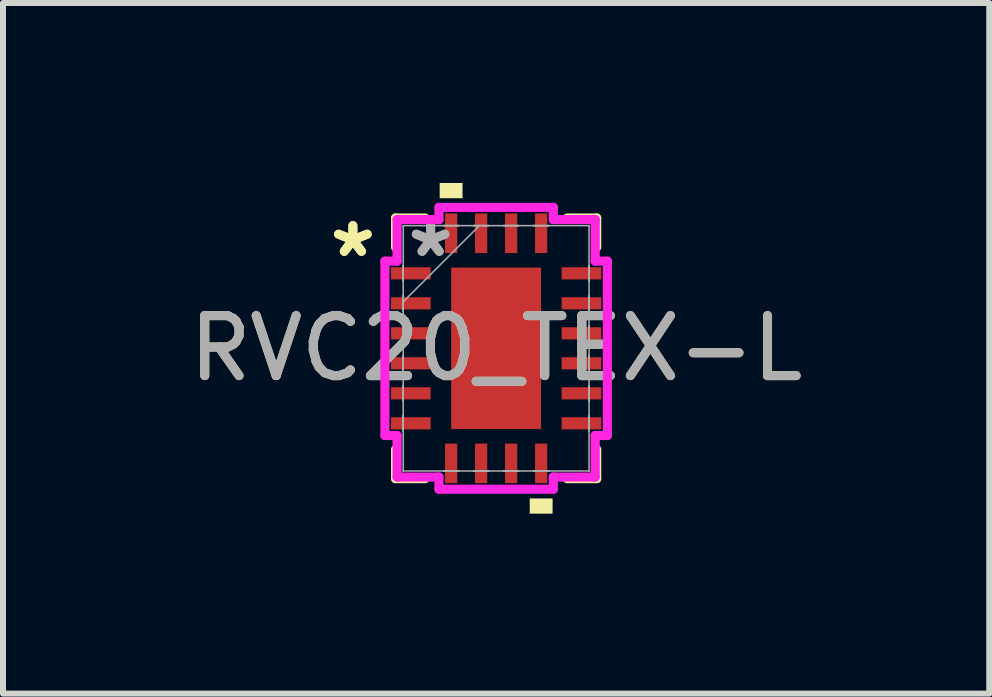
<source format=kicad_pcb>
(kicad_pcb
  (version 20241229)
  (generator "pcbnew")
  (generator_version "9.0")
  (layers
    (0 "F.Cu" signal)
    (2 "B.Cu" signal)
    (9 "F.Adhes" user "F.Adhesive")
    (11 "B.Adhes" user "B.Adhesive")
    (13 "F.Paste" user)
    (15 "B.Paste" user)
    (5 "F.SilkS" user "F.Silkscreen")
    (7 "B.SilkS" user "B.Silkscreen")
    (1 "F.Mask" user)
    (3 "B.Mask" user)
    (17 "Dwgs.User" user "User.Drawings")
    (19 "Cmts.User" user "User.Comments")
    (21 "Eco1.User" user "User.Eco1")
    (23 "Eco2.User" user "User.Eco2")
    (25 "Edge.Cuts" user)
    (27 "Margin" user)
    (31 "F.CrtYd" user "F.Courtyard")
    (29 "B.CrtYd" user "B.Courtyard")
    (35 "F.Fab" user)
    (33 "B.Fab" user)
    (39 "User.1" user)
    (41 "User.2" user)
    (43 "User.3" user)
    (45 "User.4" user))
  (footprint "RVC20_TEX-L"
    (layer "F.Cu")
    (at 5.22 2.756)
    (property "Reference" "RVC20_TEX-L" (at 0 0 0) (unlocked yes) (layer "F.SilkS") (effects (font (size 1 1) (thickness 0.15))))
    (attr smd)
    (fp_line (start -1.676 -2.172) (end -1.676 -1.684) (stroke (width 0.152) (type solid)) (layer "F.SilkS"))
    (fp_line (start -1.676 1.684) (end -1.676 2.172) (stroke (width 0.152) (type solid)) (layer "F.SilkS"))
    (fp_line (start -1.676 2.172) (end -1.184 2.172) (stroke (width 0.152) (type solid)) (layer "F.SilkS"))
    (fp_line (start -1.184 -2.172) (end -1.676 -2.172) (stroke (width 0.152) (type solid)) (layer "F.SilkS"))
    (fp_line (start 1.184 2.172) (end 1.676 2.172) (stroke (width 0.152) (type solid)) (layer "F.SilkS"))
    (fp_line (start 1.676 -2.172) (end 1.184 -2.172) (stroke (width 0.152) (type solid)) (layer "F.SilkS"))
    (fp_line (start 1.676 -1.684) (end 1.676 -2.172) (stroke (width 0.152) (type solid)) (layer "F.SilkS"))
    (fp_line (start 1.676 2.172) (end 1.676 1.684) (stroke (width 0.152) (type solid)) (layer "F.SilkS"))
    (fp_poly (pts (xy -0.941 -2.502) (xy -0.941 -2.756) (xy -0.56 -2.756) (xy -0.56 -2.502)) (stroke (width 0) (type solid)) (fill yes) (layer "F.SilkS"))
    (fp_poly (pts (xy 0.56 2.502) (xy 0.56 2.756) (xy 0.941 2.756) (xy 0.941 2.502)) (stroke (width 0) (type solid)) (fill yes) (layer "F.SilkS"))
    (fp_poly (pts (xy -0.649 -1.246) (xy -0.649 -0.1) (xy 0.649 -0.1) (xy 0.649 -1.246)) (stroke (width 0) (type solid)) (fill yes) (layer "F.Paste"))
    (fp_poly (pts (xy -0.649 0.1) (xy -0.649 1.246) (xy 0.649 1.246) (xy 0.649 0.1)) (stroke (width 0) (type solid)) (fill yes) (layer "F.Paste"))
    (fp_line (start -1.854 -1.453) (end -1.651 -1.453) (stroke (width 0.152) (type solid)) (layer "F.CrtYd"))
    (fp_line (start -1.854 1.453) (end -1.854 -1.453) (stroke (width 0.152) (type solid)) (layer "F.CrtYd"))
    (fp_line (start -1.651 -2.146) (end -0.953 -2.146) (stroke (width 0.152) (type solid)) (layer "F.CrtYd"))
    (fp_line (start -1.651 -1.453) (end -1.651 -2.146) (stroke (width 0.152) (type solid)) (layer "F.CrtYd"))
    (fp_line (start -1.651 1.453) (end -1.854 1.453) (stroke (width 0.152) (type solid)) (layer "F.CrtYd"))
    (fp_line (start -1.651 2.146) (end -1.651 1.453) (stroke (width 0.152) (type solid)) (layer "F.CrtYd"))
    (fp_line (start -0.953 -2.349) (end 0.953 -2.349) (stroke (width 0.152) (type solid)) (layer "F.CrtYd"))
    (fp_line (start -0.953 -2.146) (end -0.953 -2.349) (stroke (width 0.152) (type solid)) (layer "F.CrtYd"))
    (fp_line (start -0.953 2.146) (end -1.651 2.146) (stroke (width 0.152) (type solid)) (layer "F.CrtYd"))
    (fp_line (start -0.953 2.349) (end -0.953 2.146) (stroke (width 0.152) (type solid)) (layer "F.CrtYd"))
    (fp_line (start 0.953 -2.349) (end 0.953 -2.146) (stroke (width 0.152) (type solid)) (layer "F.CrtYd"))
    (fp_line (start 0.953 -2.146) (end 1.651 -2.146) (stroke (width 0.152) (type solid)) (layer "F.CrtYd"))
    (fp_line (start 0.953 2.146) (end 0.953 2.349) (stroke (width 0.152) (type solid)) (layer "F.CrtYd"))
    (fp_line (start 0.953 2.349) (end -0.953 2.349) (stroke (width 0.152) (type solid)) (layer "F.CrtYd"))
    (fp_line (start 1.651 -2.146) (end 1.651 -1.453) (stroke (width 0.152) (type solid)) (layer "F.CrtYd"))
    (fp_line (start 1.651 -1.453) (end 1.854 -1.453) (stroke (width 0.152) (type solid)) (layer "F.CrtYd"))
    (fp_line (start 1.651 1.453) (end 1.651 2.146) (stroke (width 0.152) (type solid)) (layer "F.CrtYd"))
    (fp_line (start 1.651 2.146) (end 0.953 2.146) (stroke (width 0.152) (type solid)) (layer "F.CrtYd"))
    (fp_line (start 1.854 -1.453) (end 1.854 1.453) (stroke (width 0.152) (type solid)) (layer "F.CrtYd"))
    (fp_line (start 1.854 1.453) (end 1.651 1.453) (stroke (width 0.152) (type solid)) (layer "F.CrtYd"))
    (fp_line (start -1.549 -2.045) (end -1.549 -2.045) (stroke (width 0.025) (type solid)) (layer "F.Fab"))
    (fp_line (start -1.549 -2.045) (end -1.549 2.045) (stroke (width 0.025) (type solid)) (layer "F.Fab"))
    (fp_line (start -1.549 -1.377) (end -1.549 -1.377) (stroke (width 0.025) (type solid)) (layer "F.Fab"))
    (fp_line (start -1.549 -1.377) (end -1.549 -1.123) (stroke (width 0.025) (type solid)) (layer "F.Fab"))
    (fp_line (start -1.549 -1.123) (end -1.549 -1.377) (stroke (width 0.025) (type solid)) (layer "F.Fab"))
    (fp_line (start -1.549 -1.123) (end -1.549 -1.123) (stroke (width 0.025) (type solid)) (layer "F.Fab"))
    (fp_line (start -1.549 -0.877) (end -1.549 -0.877) (stroke (width 0.025) (type solid)) (layer "F.Fab"))
    (fp_line (start -1.549 -0.877) (end -1.549 -0.623) (stroke (width 0.025) (type solid)) (layer "F.Fab"))
    (fp_line (start -1.549 -0.775) (end -0.279 -2.045) (stroke (width 0.025) (type solid)) (layer "F.Fab"))
    (fp_line (start -1.549 -0.623) (end -1.549 -0.877) (stroke (width 0.025) (type solid)) (layer "F.Fab"))
    (fp_line (start -1.549 -0.623) (end -1.549 -0.623) (stroke (width 0.025) (type solid)) (layer "F.Fab"))
    (fp_line (start -1.549 -0.377) (end -1.549 -0.377) (stroke (width 0.025) (type solid)) (layer "F.Fab"))
    (fp_line (start -1.549 -0.377) (end -1.549 -0.123) (stroke (width 0.025) (type solid)) (layer "F.Fab"))
    (fp_line (start -1.549 -0.123) (end -1.549 -0.377) (stroke (width 0.025) (type solid)) (layer "F.Fab"))
    (fp_line (start -1.549 -0.123) (end -1.549 -0.123) (stroke (width 0.025) (type solid)) (layer "F.Fab"))
    (fp_line (start -1.549 0.123) (end -1.549 0.123) (stroke (width 0.025) (type solid)) (layer "F.Fab"))
    (fp_line (start -1.549 0.123) (end -1.549 0.377) (stroke (width 0.025) (type solid)) (layer "F.Fab"))
    (fp_line (start -1.549 0.377) (end -1.549 0.123) (stroke (width 0.025) (type solid)) (layer "F.Fab"))
    (fp_line (start -1.549 0.377) (end -1.549 0.377) (stroke (width 0.025) (type solid)) (layer "F.Fab"))
    (fp_line (start -1.549 0.623) (end -1.549 0.623) (stroke (width 0.025) (type solid)) (layer "F.Fab"))
    (fp_line (start -1.549 0.623) (end -1.549 0.877) (stroke (width 0.025) (type solid)) (layer "F.Fab"))
    (fp_line (start -1.549 0.877) (end -1.549 0.623) (stroke (width 0.025) (type solid)) (layer "F.Fab"))
    (fp_line (start -1.549 0.877) (end -1.549 0.877) (stroke (width 0.025) (type solid)) (layer "F.Fab"))
    (fp_line (start -1.549 1.123) (end -1.549 1.123) (stroke (width 0.025) (type solid)) (layer "F.Fab"))
    (fp_line (start -1.549 1.123) (end -1.549 1.377) (stroke (width 0.025) (type solid)) (layer "F.Fab"))
    (fp_line (start -1.549 1.377) (end -1.549 1.123) (stroke (width 0.025) (type solid)) (layer "F.Fab"))
    (fp_line (start -1.549 1.377) (end -1.549 1.377) (stroke (width 0.025) (type solid)) (layer "F.Fab"))
    (fp_line (start -1.549 2.045) (end -1.549 2.045) (stroke (width 0.025) (type solid)) (layer "F.Fab"))
    (fp_line (start -1.549 2.045) (end 1.549 2.045) (stroke (width 0.025) (type solid)) (layer "F.Fab"))
    (fp_line (start -0.877 -2.045) (end -0.877 -2.045) (stroke (width 0.025) (type solid)) (layer "F.Fab"))
    (fp_line (start -0.877 -2.045) (end -0.623 -2.045) (stroke (width 0.025) (type solid)) (layer "F.Fab"))
    (fp_line (start -0.877 2.045) (end -0.877 2.045) (stroke (width 0.025) (type solid)) (layer "F.Fab"))
    (fp_line (start -0.877 2.045) (end -0.623 2.045) (stroke (width 0.025) (type solid)) (layer "F.Fab"))
    (fp_line (start -0.623 -2.045) (end -0.877 -2.045) (stroke (width 0.025) (type solid)) (layer "F.Fab"))
    (fp_line (start -0.623 -2.045) (end -0.623 -2.045) (stroke (width 0.025) (type solid)) (layer "F.Fab"))
    (fp_line (start -0.623 2.045) (end -0.877 2.045) (stroke (width 0.025) (type solid)) (layer "F.Fab"))
    (fp_line (start -0.623 2.045) (end -0.623 2.045) (stroke (width 0.025) (type solid)) (layer "F.Fab"))
    (fp_line (start -0.377 -2.045) (end -0.377 -2.045) (stroke (width 0.025) (type solid)) (layer "F.Fab"))
    (fp_line (start -0.377 -2.045) (end -0.123 -2.045) (stroke (width 0.025) (type solid)) (layer "F.Fab"))
    (fp_line (start -0.377 2.045) (end -0.377 2.045) (stroke (width 0.025) (type solid)) (layer "F.Fab"))
    (fp_line (start -0.377 2.045) (end -0.123 2.045) (stroke (width 0.025) (type solid)) (layer "F.Fab"))
    (fp_line (start -0.123 -2.045) (end -0.377 -2.045) (stroke (width 0.025) (type solid)) (layer "F.Fab"))
    (fp_line (start -0.123 -2.045) (end -0.123 -2.045) (stroke (width 0.025) (type solid)) (layer "F.Fab"))
    (fp_line (start -0.123 2.045) (end -0.377 2.045) (stroke (width 0.025) (type solid)) (layer "F.Fab"))
    (fp_line (start -0.123 2.045) (end -0.123 2.045) (stroke (width 0.025) (type solid)) (layer "F.Fab"))
    (fp_line (start 0.123 -2.045) (end 0.123 -2.045) (stroke (width 0.025) (type solid)) (layer "F.Fab"))
    (fp_line (start 0.123 -2.045) (end 0.377 -2.045) (stroke (width 0.025) (type solid)) (layer "F.Fab"))
    (fp_line (start 0.123 2.045) (end 0.123 2.045) (stroke (width 0.025) (type solid)) (layer "F.Fab"))
    (fp_line (start 0.123 2.045) (end 0.377 2.045) (stroke (width 0.025) (type solid)) (layer "F.Fab"))
    (fp_line (start 0.377 -2.045) (end 0.123 -2.045) (stroke (width 0.025) (type solid)) (layer "F.Fab"))
    (fp_line (start 0.377 -2.045) (end 0.377 -2.045) (stroke (width 0.025) (type solid)) (layer "F.Fab"))
    (fp_line (start 0.377 2.045) (end 0.123 2.045) (stroke (width 0.025) (type solid)) (layer "F.Fab"))
    (fp_line (start 0.377 2.045) (end 0.377 2.045) (stroke (width 0.025) (type solid)) (layer "F.Fab"))
    (fp_line (start 0.623 -2.045) (end 0.623 -2.045) (stroke (width 0.025) (type solid)) (layer "F.Fab"))
    (fp_line (start 0.623 -2.045) (end 0.877 -2.045) (stroke (width 0.025) (type solid)) (layer "F.Fab"))
    (fp_line (start 0.623 2.045) (end 0.623 2.045) (stroke (width 0.025) (type solid)) (layer "F.Fab"))
    (fp_line (start 0.623 2.045) (end 0.877 2.045) (stroke (width 0.025) (type solid)) (layer "F.Fab"))
    (fp_line (start 0.877 -2.045) (end 0.623 -2.045) (stroke (width 0.025) (type solid)) (layer "F.Fab"))
    (fp_line (start 0.877 -2.045) (end 0.877 -2.045) (stroke (width 0.025) (type solid)) (layer "F.Fab"))
    (fp_line (start 0.877 2.045) (end 0.623 2.045) (stroke (width 0.025) (type solid)) (layer "F.Fab"))
    (fp_line (start 0.877 2.045) (end 0.877 2.045) (stroke (width 0.025) (type solid)) (layer "F.Fab"))
    (fp_line (start 1.549 -2.045) (end -1.549 -2.045) (stroke (width 0.025) (type solid)) (layer "F.Fab"))
    (fp_line (start 1.549 -2.045) (end 1.549 -2.045) (stroke (width 0.025) (type solid)) (layer "F.Fab"))
    (fp_line (start 1.549 -1.377) (end 1.549 -1.377) (stroke (width 0.025) (type solid)) (layer "F.Fab"))
    (fp_line (start 1.549 -1.377) (end 1.549 -1.123) (stroke (width 0.025) (type solid)) (layer "F.Fab"))
    (fp_line (start 1.549 -1.123) (end 1.549 -1.377) (stroke (width 0.025) (type solid)) (layer "F.Fab"))
    (fp_line (start 1.549 -1.123) (end 1.549 -1.123) (stroke (width 0.025) (type solid)) (layer "F.Fab"))
    (fp_line (start 1.549 -0.877) (end 1.549 -0.877) (stroke (width 0.025) (type solid)) (layer "F.Fab"))
    (fp_line (start 1.549 -0.877) (end 1.549 -0.623) (stroke (width 0.025) (type solid)) (layer "F.Fab"))
    (fp_line (start 1.549 -0.623) (end 1.549 -0.877) (stroke (width 0.025) (type solid)) (layer "F.Fab"))
    (fp_line (start 1.549 -0.623) (end 1.549 -0.623) (stroke (width 0.025) (type solid)) (layer "F.Fab"))
    (fp_line (start 1.549 -0.377) (end 1.549 -0.377) (stroke (width 0.025) (type solid)) (layer "F.Fab"))
    (fp_line (start 1.549 -0.377) (end 1.549 -0.123) (stroke (width 0.025) (type solid)) (layer "F.Fab"))
    (fp_line (start 1.549 -0.123) (end 1.549 -0.377) (stroke (width 0.025) (type solid)) (layer "F.Fab"))
    (fp_line (start 1.549 -0.123) (end 1.549 -0.123) (stroke (width 0.025) (type solid)) (layer "F.Fab"))
    (fp_line (start 1.549 0.123) (end 1.549 0.123) (stroke (width 0.025) (type solid)) (layer "F.Fab"))
    (fp_line (start 1.549 0.123) (end 1.549 0.377) (stroke (width 0.025) (type solid)) (layer "F.Fab"))
    (fp_line (start 1.549 0.377) (end 1.549 0.123) (stroke (width 0.025) (type solid)) (layer "F.Fab"))
    (fp_line (start 1.549 0.377) (end 1.549 0.377) (stroke (width 0.025) (type solid)) (layer "F.Fab"))
    (fp_line (start 1.549 0.623) (end 1.549 0.623) (stroke (width 0.025) (type solid)) (layer "F.Fab"))
    (fp_line (start 1.549 0.623) (end 1.549 0.877) (stroke (width 0.025) (type solid)) (layer "F.Fab"))
    (fp_line (start 1.549 0.877) (end 1.549 0.623) (stroke (width 0.025) (type solid)) (layer "F.Fab"))
    (fp_line (start 1.549 0.877) (end 1.549 0.877) (stroke (width 0.025) (type solid)) (layer "F.Fab"))
    (fp_line (start 1.549 1.123) (end 1.549 1.123) (stroke (width 0.025) (type solid)) (layer "F.Fab"))
    (fp_line (start 1.549 1.123) (end 1.549 1.377) (stroke (width 0.025) (type solid)) (layer "F.Fab"))
    (fp_line (start 1.549 1.377) (end 1.549 1.123) (stroke (width 0.025) (type solid)) (layer "F.Fab"))
    (fp_line (start 1.549 1.377) (end 1.549 1.377) (stroke (width 0.025) (type solid)) (layer "F.Fab"))
    (fp_line (start 1.549 2.045) (end 1.549 -2.045) (stroke (width 0.025) (type solid)) (layer "F.Fab"))
    (fp_line (start 1.549 2.045) (end 1.549 2.045) (stroke (width 0.025) (type solid)) (layer "F.Fab"))
    (fp_text user "*" (at -2.388 -1.5 0) (layer "F.SilkS") (effects (font (size 1 1) (thickness 0.15))))
    (fp_text user "*" (at -2.388 -1.5 0) (unlocked yes) (layer "F.SilkS") (effects (font (size 1 1) (thickness 0.15))))
    (fp_text user "*" (at -1.092 -1.5 0) (unlocked yes) (layer "F.Fab") (effects (font (size 1 1) (thickness 0.15))))
    (fp_text user "*" (at -1.092 -1.5 0) (layer "F.Fab") (effects (font (size 1 1) (thickness 0.15))))
    (fp_text user "${REFERENCE}" (at 0 0 0) (unlocked yes) (layer "F.Fab") (effects (font (size 1 1) (thickness 0.15))))
    (pad "1" smd rect (at -1.422 -1.25 90) (size 0.203 0.66) (layers "F.Cu" "F.Mask" "F.Paste"))
    (pad "2" smd rect (at -1.422 -0.75 90) (size 0.203 0.66) (layers "F.Cu" "F.Mask" "F.Paste"))
    (pad "3" smd rect (at -1.422 -0.25 90) (size 0.203 0.66) (layers "F.Cu" "F.Mask" "F.Paste"))
    (pad "4" smd rect (at -1.422 0.25 90) (size 0.203 0.66) (layers "F.Cu" "F.Mask" "F.Paste"))
    (pad "5" smd rect (at -1.422 0.75 90) (size 0.203 0.66) (layers "F.Cu" "F.Mask" "F.Paste"))
    (pad "6" smd rect (at -1.422 1.25 90) (size 0.203 0.66) (layers "F.Cu" "F.Mask" "F.Paste"))
    (pad "7" smd rect (at -0.75 1.918) (size 0.203 0.66) (layers "F.Cu" "F.Mask" "F.Paste"))
    (pad "8" smd rect (at -0.25 1.918) (size 0.203 0.66) (layers "F.Cu" "F.Mask" "F.Paste"))
    (pad "9" smd rect (at 0.25 1.918) (size 0.203 0.66) (layers "F.Cu" "F.Mask" "F.Paste"))
    (pad "10" smd rect (at 0.75 1.918) (size 0.203 0.66) (layers "F.Cu" "F.Mask" "F.Paste"))
    (pad "11" smd rect (at 1.422 1.25 90) (size 0.203 0.66) (layers "F.Cu" "F.Mask" "F.Paste"))
    (pad "12" smd rect (at 1.422 0.75 90) (size 0.203 0.66) (layers "F.Cu" "F.Mask" "F.Paste"))
    (pad "13" smd rect (at 1.422 0.25 90) (size 0.203 0.66) (layers "F.Cu" "F.Mask" "F.Paste"))
    (pad "14" smd rect (at 1.422 -0.25 90) (size 0.203 0.66) (layers "F.Cu" "F.Mask" "F.Paste"))
    (pad "15" smd rect (at 1.422 -0.75 90) (size 0.203 0.66) (layers "F.Cu" "F.Mask" "F.Paste"))
    (pad "16" smd rect (at 1.422 -1.25 90) (size 0.203 0.66) (layers "F.Cu" "F.Mask" "F.Paste"))
    (pad "17" smd rect (at 0.75 -1.918) (size 0.203 0.66) (layers "F.Cu" "F.Mask" "F.Paste"))
    (pad "18" smd rect (at 0.25 -1.918) (size 0.203 0.66) (layers "F.Cu" "F.Mask" "F.Paste"))
    (pad "19" smd rect (at -0.25 -1.918) (size 0.203 0.66) (layers "F.Cu" "F.Mask" "F.Paste"))
    (pad "20" smd rect (at -0.75 -1.918) (size 0.203 0.66) (layers "F.Cu" "F.Mask" "F.Paste"))
    (pad "21" smd rect (at 0 0) (size 1.499 2.692) (layers "F.Cu" "F.Mask")))
  (gr_rect
    (start -3 -3)
    (end 13.44 8.512)
    (stroke (width 0.1) (type default))
    (fill no)
    (layer "Edge.Cuts")))
</source>
